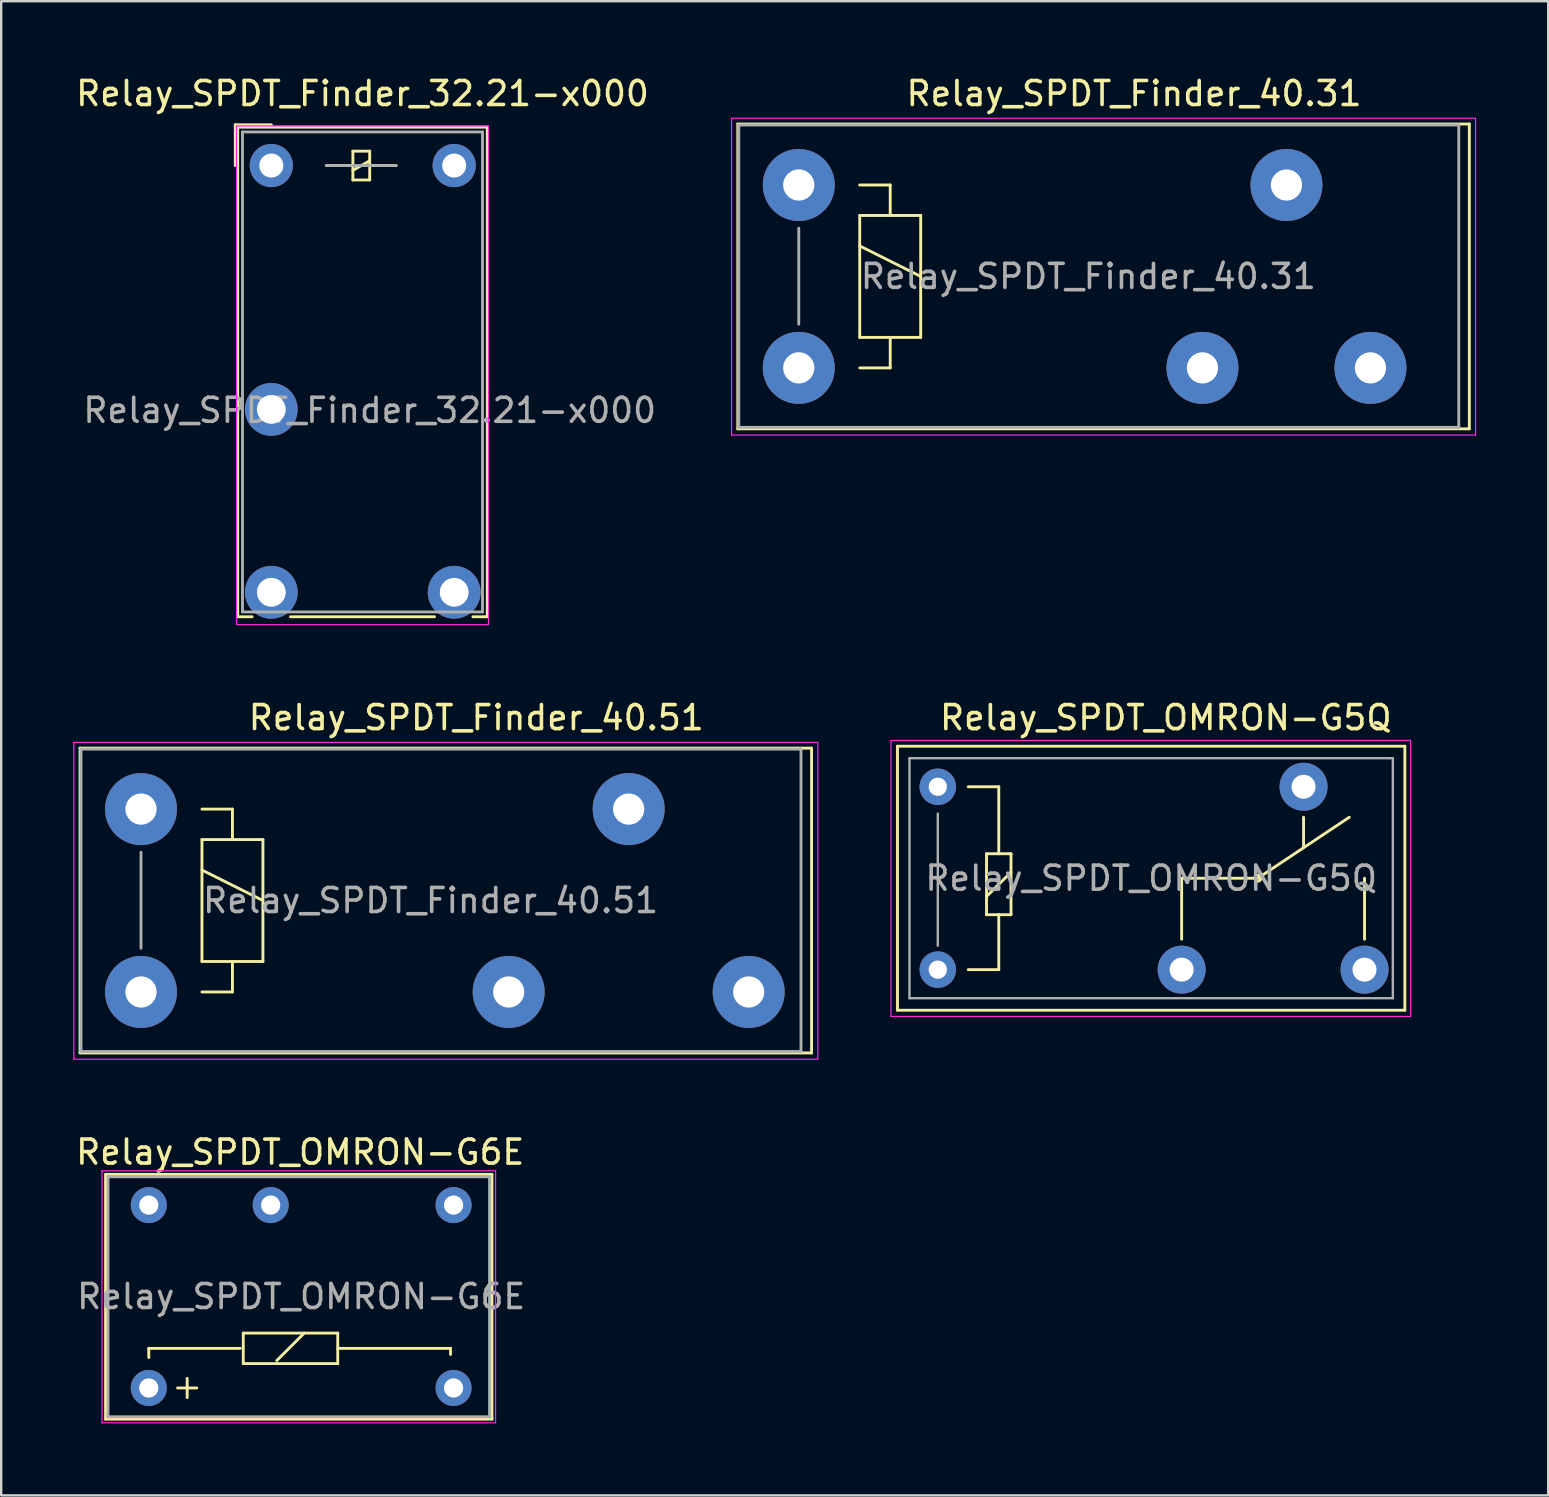
<source format=kicad_pcb>
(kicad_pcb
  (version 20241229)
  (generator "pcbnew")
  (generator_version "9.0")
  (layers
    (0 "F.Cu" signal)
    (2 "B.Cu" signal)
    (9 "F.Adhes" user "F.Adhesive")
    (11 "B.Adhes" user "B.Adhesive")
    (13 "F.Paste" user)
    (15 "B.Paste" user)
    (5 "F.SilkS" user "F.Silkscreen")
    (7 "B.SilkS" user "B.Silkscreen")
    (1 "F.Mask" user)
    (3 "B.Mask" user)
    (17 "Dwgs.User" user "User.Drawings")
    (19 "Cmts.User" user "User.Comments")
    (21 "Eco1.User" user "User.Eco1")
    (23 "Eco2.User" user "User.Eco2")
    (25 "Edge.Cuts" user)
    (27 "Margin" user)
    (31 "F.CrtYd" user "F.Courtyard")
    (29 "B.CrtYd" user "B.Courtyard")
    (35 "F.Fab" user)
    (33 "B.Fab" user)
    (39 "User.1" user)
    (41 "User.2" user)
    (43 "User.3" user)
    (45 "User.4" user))
  (footprint "Relay_SPDT_Finder_32.21-x000"
    (layer "F.Cu")
    (at 8.254 3.848)
    (property "Reference" "Relay_SPDT_Finder_32.21-x000" (at 3.8 -3 0) (layer "F.SilkS") (effects (font (size 1 1) (thickness 0.15))))
    (attr through_hole)
    (fp_line (start -1.5 -1.7) (end 0 -1.7) (stroke (width 0.12) (type solid)) (layer "F.SilkS"))
    (fp_line (start -1.5 0) (end -1.5 -1.7) (stroke (width 0.12) (type solid)) (layer "F.SilkS"))
    (fp_line (start -1.4 -1.6) (end 9 -1.6) (stroke (width 0.12) (type solid)) (layer "F.SilkS"))
    (fp_line (start -1.4 18.8) (end -1.4 -1.6) (stroke (width 0.12) (type solid)) (layer "F.SilkS"))
    (fp_line (start -0.8 18.8) (end -1.4 18.8) (stroke (width 0.12) (type solid)) (layer "F.SilkS"))
    (fp_line (start 3.4 -0.6) (end 3.4 0.6) (stroke (width 0.12) (type solid)) (layer "F.SilkS"))
    (fp_line (start 3.4 0) (end 2.3 0) (stroke (width 0.12) (type solid)) (layer "F.SilkS"))
    (fp_line (start 3.4 0.2) (end 4.1 -0.2) (stroke (width 0.12) (type solid)) (layer "F.SilkS"))
    (fp_line (start 3.4 0.6) (end 4.1 0.6) (stroke (width 0.12) (type solid)) (layer "F.SilkS"))
    (fp_line (start 4.1 -0.6) (end 3.4 -0.6) (stroke (width 0.12) (type solid)) (layer "F.SilkS"))
    (fp_line (start 4.1 0) (end 5.2 0) (stroke (width 0.12) (type solid)) (layer "F.SilkS"))
    (fp_line (start 4.1 0.6) (end 4.1 -0.6) (stroke (width 0.12) (type solid)) (layer "F.SilkS"))
    (fp_line (start 6.8 18.8) (end 0.8 18.8) (stroke (width 0.12) (type solid)) (layer "F.SilkS"))
    (fp_line (start 9 -1.6) (end 9 18.8) (stroke (width 0.12) (type solid)) (layer "F.SilkS"))
    (fp_line (start 9 18.8) (end 8.4 18.8) (stroke (width 0.12) (type solid)) (layer "F.SilkS"))
    (fp_line (start -1.45 -1.65) (end -1.45 19.13) (stroke (width 0.05) (type solid)) (layer "F.CrtYd"))
    (fp_line (start -1.45 -1.65) (end 9.05 -1.65) (stroke (width 0.05) (type solid)) (layer "F.CrtYd"))
    (fp_line (start 9.05 19.13) (end -1.45 19.13) (stroke (width 0.05) (type solid)) (layer "F.CrtYd"))
    (fp_line (start 9.05 19.13) (end 9.05 -1.65) (stroke (width 0.05) (type solid)) (layer "F.CrtYd"))
    (fp_line (start -1.2 -1.4) (end 8.8 -1.4) (stroke (width 0.12) (type solid)) (layer "F.Fab"))
    (fp_line (start -1.2 18.6) (end -1.2 -1.4) (stroke (width 0.12) (type solid)) (layer "F.Fab"))
    (fp_line (start 2.3 0) (end 5.2 0) (stroke (width 0.12) (type solid)) (layer "F.Fab"))
    (fp_line (start 8.8 -1.4) (end 8.8 18.6) (stroke (width 0.12) (type solid)) (layer "F.Fab"))
    (fp_line (start 8.8 18.6) (end -1.2 18.6) (stroke (width 0.12) (type solid)) (layer "F.Fab"))
    (fp_text user "${REFERENCE}" (at 4.1 10.2 0) (layer "F.Fab") (effects (font (size 1 1) (thickness 0.15))))
    (pad "11" thru_hole circle (at 0 10.16) (size 2.2 2.2) (drill 1.2) (layers "*.Cu" "*.Mask"))
    (pad "12" thru_hole circle (at 7.62 17.78) (size 2.2 2.2) (drill 1.2) (layers "*.Cu" "*.Mask"))
    (pad "14" thru_hole circle (at 0 17.78) (size 2.2 2.2) (drill 1.2) (layers "*.Cu" "*.Mask"))
    (pad "A1" thru_hole circle (at 0 0) (size 1.8 1.8) (drill 1) (layers "*.Cu" "*.Mask"))
    (pad "A2" thru_hole circle (at 7.62 0) (size 1.8 1.8) (drill 1) (layers "*.Cu" "*.Mask")))
  (footprint "Relay_SPDT_Finder_40.51"
    (layer "F.Cu")
    (at 2.825 30.662)
    (property "Reference" "Relay_SPDT_Finder_40.51" (at 13.97 -3.81 0) (layer "F.SilkS") (effects (font (size 1 1) (thickness 0.15))))
    (attr through_hole)
    (fp_line (start -2.54 -2.54) (end 27.94 -2.54) (stroke (width 0.12) (type solid)) (layer "F.SilkS"))
    (fp_line (start -2.54 10.16) (end -2.54 -2.54) (stroke (width 0.12) (type solid)) (layer "F.SilkS"))
    (fp_line (start 2.54 0) (end 3.81 0) (stroke (width 0.12) (type solid)) (layer "F.SilkS"))
    (fp_line (start 2.54 1.27) (end 3.81 1.27) (stroke (width 0.12) (type solid)) (layer "F.SilkS"))
    (fp_line (start 2.54 2.54) (end 5.08 3.81) (stroke (width 0.12) (type solid)) (layer "F.SilkS"))
    (fp_line (start 2.54 6.35) (end 2.54 1.27) (stroke (width 0.12) (type solid)) (layer "F.SilkS"))
    (fp_line (start 3.81 0) (end 3.81 1.27) (stroke (width 0.12) (type solid)) (layer "F.SilkS"))
    (fp_line (start 3.81 1.27) (end 5.08 1.27) (stroke (width 0.12) (type solid)) (layer "F.SilkS"))
    (fp_line (start 3.81 6.35) (end 3.81 7.62) (stroke (width 0.12) (type solid)) (layer "F.SilkS"))
    (fp_line (start 3.81 7.62) (end 2.54 7.62) (stroke (width 0.12) (type solid)) (layer "F.SilkS"))
    (fp_line (start 5.08 1.27) (end 5.08 6.35) (stroke (width 0.12) (type solid)) (layer "F.SilkS"))
    (fp_line (start 5.08 6.35) (end 2.54 6.35) (stroke (width 0.12) (type solid)) (layer "F.SilkS"))
    (fp_line (start 27.94 -2.54) (end 27.94 10.16) (stroke (width 0.12) (type solid)) (layer "F.SilkS"))
    (fp_line (start 27.94 10.16) (end -2.54 10.16) (stroke (width 0.12) (type solid)) (layer "F.SilkS"))
    (fp_line (start -2.8 -2.78) (end 28.2 -2.78) (stroke (width 0.05) (type solid)) (layer "F.CrtYd"))
    (fp_line (start -2.8 10.42) (end -2.8 -2.78) (stroke (width 0.05) (type solid)) (layer "F.CrtYd"))
    (fp_line (start 28.2 -2.78) (end 28.2 10.42) (stroke (width 0.05) (type solid)) (layer "F.CrtYd"))
    (fp_line (start 28.2 10.42) (end -2.8 10.42) (stroke (width 0.05) (type solid)) (layer "F.CrtYd"))
    (fp_line (start -2.5 -2.5) (end 27.5 -2.5) (stroke (width 0.12) (type solid)) (layer "F.Fab"))
    (fp_line (start -2.5 10.1) (end -2.5 -2.5) (stroke (width 0.12) (type solid)) (layer "F.Fab"))
    (fp_line (start 0 1.8) (end 0 5.8) (stroke (width 0.12) (type solid)) (layer "F.Fab"))
    (fp_line (start 27.5 -2.5) (end 27.5 10.1) (stroke (width 0.12) (type solid)) (layer "F.Fab"))
    (fp_line (start 27.5 10.1) (end -2.5 10.1) (stroke (width 0.12) (type solid)) (layer "F.Fab"))
    (fp_text user "${REFERENCE}" (at 12.065 3.81 0) (layer "F.Fab") (effects (font (size 1 1) (thickness 0.15))))
    (pad "11" thru_hole circle (at 20.32 0) (size 3 3) (drill 1.3) (layers "*.Cu" "*.Mask"))
    (pad "12" thru_hole circle (at 15.32 7.62) (size 3 3) (drill 1.3) (layers "*.Cu" "*.Mask"))
    (pad "14" thru_hole circle (at 25.32 7.62) (size 3 3) (drill 1.3) (layers "*.Cu" "*.Mask"))
    (pad "A1" thru_hole circle (at 0 0) (size 3 3) (drill 1.3) (layers "*.Cu" "*.Mask"))
    (pad "A2" thru_hole circle (at 0 7.62) (size 3 3) (drill 1.3) (layers "*.Cu" "*.Mask")))
  (footprint "Relay_SPDT_Finder_40.31"
    (layer "F.Cu")
    (at 30.232 4.658)
    (property "Reference" "Relay_SPDT_Finder_40.31" (at 13.97 -3.81 0) (layer "F.SilkS") (effects (font (size 1 1) (thickness 0.15))))
    (attr through_hole)
    (fp_line (start -2.54 -2.54) (end 27.94 -2.54) (stroke (width 0.12) (type solid)) (layer "F.SilkS"))
    (fp_line (start -2.54 10.16) (end -2.54 -2.54) (stroke (width 0.12) (type solid)) (layer "F.SilkS"))
    (fp_line (start 2.54 0) (end 3.81 0) (stroke (width 0.12) (type solid)) (layer "F.SilkS"))
    (fp_line (start 2.54 1.27) (end 3.81 1.27) (stroke (width 0.12) (type solid)) (layer "F.SilkS"))
    (fp_line (start 2.54 2.54) (end 5.08 3.81) (stroke (width 0.12) (type solid)) (layer "F.SilkS"))
    (fp_line (start 2.54 6.35) (end 2.54 1.27) (stroke (width 0.12) (type solid)) (layer "F.SilkS"))
    (fp_line (start 3.81 0) (end 3.81 1.27) (stroke (width 0.12) (type solid)) (layer "F.SilkS"))
    (fp_line (start 3.81 1.27) (end 5.08 1.27) (stroke (width 0.12) (type solid)) (layer "F.SilkS"))
    (fp_line (start 3.81 6.35) (end 3.81 7.62) (stroke (width 0.12) (type solid)) (layer "F.SilkS"))
    (fp_line (start 3.81 7.62) (end 2.54 7.62) (stroke (width 0.12) (type solid)) (layer "F.SilkS"))
    (fp_line (start 5.08 1.27) (end 5.08 6.35) (stroke (width 0.12) (type solid)) (layer "F.SilkS"))
    (fp_line (start 5.08 6.35) (end 2.54 6.35) (stroke (width 0.12) (type solid)) (layer "F.SilkS"))
    (fp_line (start 27.94 -2.54) (end 27.94 10.16) (stroke (width 0.12) (type solid)) (layer "F.SilkS"))
    (fp_line (start 27.94 10.16) (end -2.54 10.16) (stroke (width 0.12) (type solid)) (layer "F.SilkS"))
    (fp_line (start -2.8 -2.78) (end 28.2 -2.78) (stroke (width 0.05) (type solid)) (layer "F.CrtYd"))
    (fp_line (start -2.8 10.42) (end -2.8 -2.78) (stroke (width 0.05) (type solid)) (layer "F.CrtYd"))
    (fp_line (start 28.2 -2.78) (end 28.2 10.42) (stroke (width 0.05) (type solid)) (layer "F.CrtYd"))
    (fp_line (start 28.2 10.42) (end -2.8 10.42) (stroke (width 0.05) (type solid)) (layer "F.CrtYd"))
    (fp_line (start -2.5 -2.5) (end 27.5 -2.5) (stroke (width 0.12) (type solid)) (layer "F.Fab"))
    (fp_line (start -2.5 10.1) (end -2.5 -2.5) (stroke (width 0.12) (type solid)) (layer "F.Fab"))
    (fp_line (start 0 1.8) (end 0 5.8) (stroke (width 0.12) (type solid)) (layer "F.Fab"))
    (fp_line (start 27.5 -2.5) (end 27.5 10.1) (stroke (width 0.12) (type solid)) (layer "F.Fab"))
    (fp_line (start 27.5 10.1) (end -2.5 10.1) (stroke (width 0.12) (type solid)) (layer "F.Fab"))
    (fp_text user "${REFERENCE}" (at 12.065 3.81 0) (layer "F.Fab") (effects (font (size 1 1) (thickness 0.15))))
    (pad "11" thru_hole circle (at 20.32 0) (size 3 3) (drill 1.3) (layers "*.Cu" "*.Mask"))
    (pad "12" thru_hole circle (at 16.82 7.62) (size 3 3) (drill 1.3) (layers "*.Cu" "*.Mask"))
    (pad "14" thru_hole circle (at 23.82 7.62) (size 3 3) (drill 1.3) (layers "*.Cu" "*.Mask"))
    (pad "A1" thru_hole circle (at 0 0) (size 3 3) (drill 1.3) (layers "*.Cu" "*.Mask"))
    (pad "A2" thru_hole circle (at 0 7.62) (size 3 3) (drill 1.3) (layers "*.Cu" "*.Mask")))
  (footprint "Relay_SPDT_OMRON-G5Q"
    (layer "F.Cu")
    (at 36.025 37.352)
    (property "Reference" "Relay_SPDT_OMRON-G5Q" (at 9.5 -10.5 180) (layer "F.SilkS") (effects (font (size 1 1) (thickness 0.15))))
    (attr through_hole)
    (fp_line (start -1.68 -9.31) (end 19.46 -9.31) (stroke (width 0.12) (type solid)) (layer "F.SilkS"))
    (fp_line (start -1.68 1.69) (end -1.68 -9.31) (stroke (width 0.12) (type solid)) (layer "F.SilkS"))
    (fp_line (start -1.68 1.69) (end 19.46 1.69) (stroke (width 0.12) (type solid)) (layer "F.SilkS"))
    (fp_line (start 1.27 0) (end 2.54 0) (stroke (width 0.12) (type solid)) (layer "F.SilkS"))
    (fp_line (start 2.03 -4.83) (end 2.54 -4.83) (stroke (width 0.12) (type solid)) (layer "F.SilkS"))
    (fp_line (start 2.03 -3.05) (end 3.05 -4.06) (stroke (width 0.12) (type solid)) (layer "F.SilkS"))
    (fp_line (start 2.03 -2.29) (end 2.03 -4.83) (stroke (width 0.12) (type solid)) (layer "F.SilkS"))
    (fp_line (start 2.54 -7.62) (end 1.27 -7.62) (stroke (width 0.12) (type solid)) (layer "F.SilkS"))
    (fp_line (start 2.54 -4.83) (end 2.54 -7.62) (stroke (width 0.12) (type solid)) (layer "F.SilkS"))
    (fp_line (start 2.54 -4.83) (end 3.05 -4.83) (stroke (width 0.12) (type solid)) (layer "F.SilkS"))
    (fp_line (start 2.54 -2.29) (end 2.03 -2.29) (stroke (width 0.12) (type solid)) (layer "F.SilkS"))
    (fp_line (start 2.54 0) (end 2.54 -2.29) (stroke (width 0.12) (type solid)) (layer "F.SilkS"))
    (fp_line (start 3.05 -4.83) (end 3.05 -2.29) (stroke (width 0.12) (type solid)) (layer "F.SilkS"))
    (fp_line (start 3.05 -2.29) (end 2.54 -2.29) (stroke (width 0.12) (type solid)) (layer "F.SilkS"))
    (fp_line (start 10.16 -3.81) (end 13.335 -3.81) (stroke (width 0.12) (type solid)) (layer "F.SilkS"))
    (fp_line (start 10.16 -1.27) (end 10.16 -3.81) (stroke (width 0.12) (type solid)) (layer "F.SilkS"))
    (fp_line (start 13.335 -3.81) (end 17.145 -6.35) (stroke (width 0.12) (type solid)) (layer "F.SilkS"))
    (fp_line (start 15.24 -6.35) (end 15.24 -5.08) (stroke (width 0.12) (type solid)) (layer "F.SilkS"))
    (fp_line (start 17.78 -1.27) (end 17.78 -3.81) (stroke (width 0.12) (type solid)) (layer "F.SilkS"))
    (fp_line (start 19.46 1.69) (end 19.46 -9.31) (stroke (width 0.12) (type solid)) (layer "F.SilkS"))
    (fp_circle (center 13.335 -3.81) (end 13.462 -3.81) (stroke (width 0.12) (type solid)) (fill no) (layer "F.SilkS"))
    (fp_line (start -1.95 -9.55) (end 19.7 -9.55) (stroke (width 0.05) (type solid)) (layer "F.CrtYd"))
    (fp_line (start -1.95 1.95) (end -1.95 -9.55) (stroke (width 0.05) (type solid)) (layer "F.CrtYd"))
    (fp_line (start 19.7 -9.55) (end 19.7 1.95) (stroke (width 0.05) (type solid)) (layer "F.CrtYd"))
    (fp_line (start 19.7 1.95) (end -1.95 1.95) (stroke (width 0.05) (type solid)) (layer "F.CrtYd"))
    (fp_line (start -1.18 -8.81) (end 18.96 -8.81) (stroke (width 0.1) (type solid)) (layer "F.Fab"))
    (fp_line (start -1.18 1.19) (end -1.18 -8.81) (stroke (width 0.1) (type solid)) (layer "F.Fab"))
    (fp_line (start 0 -1) (end 0 -6.5) (stroke (width 0.1) (type solid)) (layer "F.Fab"))
    (fp_line (start 18.96 -8.81) (end 18.96 1.19) (stroke (width 0.1) (type solid)) (layer "F.Fab"))
    (fp_line (start 18.96 1.19) (end -1.18 1.19) (stroke (width 0.1) (type solid)) (layer "F.Fab"))
    (fp_text user "${REFERENCE}" (at 8.89 -3.81 0) (layer "F.Fab") (effects (font (size 1 1) (thickness 0.15))))
    (pad "1" thru_hole circle (at 0 0 180) (size 1.52 1.52) (drill 0.76) (layers "*.Cu" "*.Mask"))
    (pad "2" thru_hole circle (at 10.16 0 180) (size 2 2) (drill 1) (layers "*.Cu" "*.Mask"))
    (pad "3" thru_hole circle (at 17.78 0 180) (size 2 2) (drill 1) (layers "*.Cu" "*.Mask"))
    (pad "4" thru_hole circle (at 15.24 -7.62 180) (size 2 2) (drill 1) (layers "*.Cu" "*.Mask"))
    (pad "5" thru_hole circle (at 0 -7.62 180) (size 1.52 1.52) (drill 0.76) (layers "*.Cu" "*.Mask")))
  (footprint "Relay_SPDT_OMRON-G6E"
    (layer "F.Cu")
    (at 3.149 54.782)
    (property "Reference" "Relay_SPDT_OMRON-G6E" (at 6.309 -9.827 0) (layer "F.SilkS") (effects (font (size 1 1) (thickness 0.15))))
    (attr through_hole)
    (fp_line (start -1.8 -8.9) (end 14.3 -8.9) (stroke (width 0.12) (type solid)) (layer "F.SilkS"))
    (fp_line (start -1.8 1.3) (end -1.8 -8.9) (stroke (width 0.12) (type solid)) (layer "F.SilkS"))
    (fp_line (start 0 -1.651) (end 0 -1.27) (stroke (width 0.12) (type solid)) (layer "F.SilkS"))
    (fp_line (start 1.2 0) (end 2 0) (stroke (width 0.12) (type solid)) (layer "F.SilkS"))
    (fp_line (start 1.6 -0.4) (end 1.6 0.4) (stroke (width 0.12) (type solid)) (layer "F.SilkS"))
    (fp_line (start 3.81 -1.651) (end 0 -1.651) (stroke (width 0.12) (type solid)) (layer "F.SilkS"))
    (fp_line (start 3.937 -2.286) (end 7.874 -2.286) (stroke (width 0.12) (type solid)) (layer "F.SilkS"))
    (fp_line (start 3.937 -1.016) (end 3.937 -2.286) (stroke (width 0.12) (type solid)) (layer "F.SilkS"))
    (fp_line (start 5.334 -1.143) (end 6.477 -2.286) (stroke (width 0.12) (type solid)) (layer "F.SilkS"))
    (fp_line (start 7.874 -2.286) (end 7.874 -1.016) (stroke (width 0.12) (type solid)) (layer "F.SilkS"))
    (fp_line (start 7.874 -1.651) (end 12.573 -1.651) (stroke (width 0.12) (type solid)) (layer "F.SilkS"))
    (fp_line (start 7.874 -1.016) (end 3.937 -1.016) (stroke (width 0.12) (type solid)) (layer "F.SilkS"))
    (fp_line (start 12.573 -1.651) (end 12.573 -1.397) (stroke (width 0.12) (type solid)) (layer "F.SilkS"))
    (fp_line (start 14.3 -8.9) (end 14.3 1.3) (stroke (width 0.12) (type solid)) (layer "F.SilkS"))
    (fp_line (start 14.3 1.3) (end -1.8 1.3) (stroke (width 0.12) (type solid)) (layer "F.SilkS"))
    (fp_line (start -1.95 -9.05) (end -1.95 1.45) (stroke (width 0.05) (type solid)) (layer "F.CrtYd"))
    (fp_line (start -1.95 -9.05) (end 14.45 -9.05) (stroke (width 0.05) (type solid)) (layer "F.CrtYd"))
    (fp_line (start 14.45 1.45) (end -1.95 1.45) (stroke (width 0.05) (type solid)) (layer "F.CrtYd"))
    (fp_line (start 14.45 1.45) (end 14.45 -9.05) (stroke (width 0.05) (type solid)) (layer "F.CrtYd"))
    (fp_line (start -1.7 -8.8) (end -1.7 1.2) (stroke (width 0.12) (type solid)) (layer "F.Fab"))
    (fp_line (start -1.7 1.2) (end 14.2 1.2) (stroke (width 0.12) (type solid)) (layer "F.Fab"))
    (fp_line (start 14.2 -8.8) (end -1.7 -8.8) (stroke (width 0.12) (type solid)) (layer "F.Fab"))
    (fp_line (start 14.2 1.2) (end 14.2 -8.8) (stroke (width 0.12) (type solid)) (layer "F.Fab"))
    (fp_text user "${REFERENCE}" (at 6.35 -3.81 0) (layer "F.Fab") (effects (font (size 1 1) (thickness 0.15))))
    (pad "1" thru_hole circle (at 0 0) (size 1.501 1.501) (drill 0.8) (layers "*.Cu" "*.Mask"))
    (pad "6" thru_hole circle (at 12.7 0) (size 1.501 1.501) (drill 0.8) (layers "*.Cu" "*.Mask"))
    (pad "7" thru_hole circle (at 12.7 -7.62) (size 1.501 1.501) (drill 0.8) (layers "*.Cu" "*.Mask"))
    (pad "10" thru_hole circle (at 5.08 -7.62) (size 1.501 1.501) (drill 0.8) (layers "*.Cu" "*.Mask"))
    (pad "12" thru_hole circle (at 0 -7.62) (size 1.501 1.501) (drill 0.8) (layers "*.Cu" "*.Mask")))
  (gr_rect
    (start -3 -3)
    (end 61.457 59.257)
    (stroke (width 0.1) (type default))
    (fill no)
    (layer "Edge.Cuts")))
</source>
